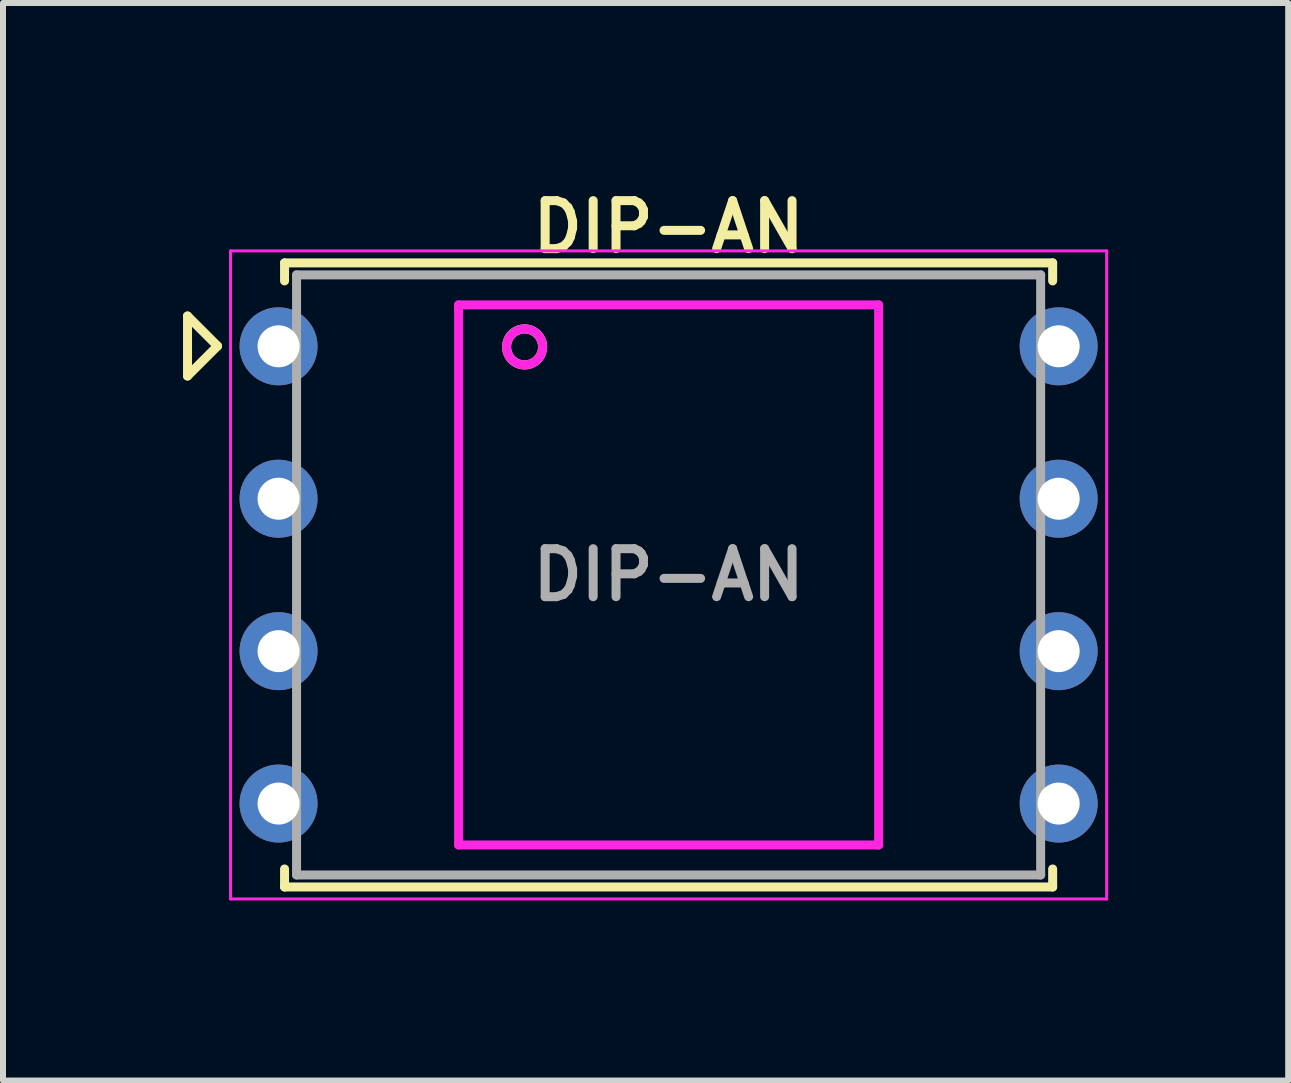
<source format=kicad_pcb>
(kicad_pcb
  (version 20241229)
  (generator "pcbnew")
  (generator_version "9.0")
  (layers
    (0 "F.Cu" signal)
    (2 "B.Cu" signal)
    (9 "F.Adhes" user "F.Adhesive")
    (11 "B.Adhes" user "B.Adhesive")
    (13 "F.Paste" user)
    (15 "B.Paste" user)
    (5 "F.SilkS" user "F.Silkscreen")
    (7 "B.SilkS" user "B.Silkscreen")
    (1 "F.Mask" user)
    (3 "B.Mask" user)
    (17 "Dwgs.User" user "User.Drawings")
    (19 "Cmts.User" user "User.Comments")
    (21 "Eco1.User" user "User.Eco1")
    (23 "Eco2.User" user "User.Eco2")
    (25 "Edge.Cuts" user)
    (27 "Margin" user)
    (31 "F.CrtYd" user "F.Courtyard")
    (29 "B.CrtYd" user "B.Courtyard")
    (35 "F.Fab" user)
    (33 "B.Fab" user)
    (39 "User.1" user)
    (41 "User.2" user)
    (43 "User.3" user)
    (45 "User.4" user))
  (footprint "DIP-AN"
    (layer "F.Cu")
    (at 8.092 6.531)
    (property "Reference" "DIP-AN" (at 0 -5.8 0) (layer "F.SilkS") (effects (font (size 0.8 0.8) (thickness 0.15))))
    (attr through_hole)
    (fp_line (start -8.017 -4.315) (end -7.517 -3.815) (stroke (width 0.15) (type solid)) (layer "F.SilkS"))
    (fp_line (start -8.017 -3.315) (end -8.017 -4.315) (stroke (width 0.15) (type solid)) (layer "F.SilkS"))
    (fp_line (start -7.517 -3.815) (end -8.017 -3.315) (stroke (width 0.15) (type solid)) (layer "F.SilkS"))
    (fp_line (start -6.4 -5.2) (end -6.4 -4.9) (stroke (width 0.15) (type solid)) (layer "F.SilkS"))
    (fp_line (start -6.4 -5.2) (end 6.4 -5.2) (stroke (width 0.15) (type solid)) (layer "F.SilkS"))
    (fp_line (start -6.4 5.2) (end -6.4 4.9) (stroke (width 0.15) (type solid)) (layer "F.SilkS"))
    (fp_line (start 6.4 -5.2) (end 6.4 -4.9) (stroke (width 0.15) (type solid)) (layer "F.SilkS"))
    (fp_line (start 6.4 5.2) (end -6.4 5.2) (stroke (width 0.15) (type solid)) (layer "F.SilkS"))
    (fp_line (start 6.4 5.2) (end 6.4 4.9) (stroke (width 0.15) (type solid)) (layer "F.SilkS"))
    (fp_circle (center -2.4 -3.8) (end -2.1 -3.8) (stroke (width 0.15) (type solid)) (fill no) (layer "F.SilkS"))
    (fp_line (start -7.3 -5.4) (end 7.3 -5.4) (stroke (width 0.05) (type solid)) (layer "F.CrtYd"))
    (fp_line (start -7.3 5.4) (end -7.3 -5.4) (stroke (width 0.05) (type solid)) (layer "F.CrtYd"))
    (fp_line (start -3.5 -4.5) (end -3.5 4.5) (stroke (width 0.15) (type solid)) (layer "F.CrtYd"))
    (fp_line (start -3.5 4.5) (end 3.5 4.5) (stroke (width 0.15) (type solid)) (layer "F.CrtYd"))
    (fp_line (start 3.5 -4.5) (end -3.5 -4.5) (stroke (width 0.15) (type solid)) (layer "F.CrtYd"))
    (fp_line (start 3.5 4.5) (end 3.5 -4.5) (stroke (width 0.15) (type solid)) (layer "F.CrtYd"))
    (fp_line (start 7.3 -5.4) (end 7.3 5.4) (stroke (width 0.05) (type solid)) (layer "F.CrtYd"))
    (fp_line (start 7.3 5.4) (end -7.3 5.4) (stroke (width 0.05) (type solid)) (layer "F.CrtYd"))
    (fp_circle (center -2.4 -3.8) (end -2.1 -3.8) (stroke (width 0.15) (type solid)) (fill no) (layer "F.CrtYd"))
    (fp_line (start -6.2 -5) (end -6.2 5) (stroke (width 0.15) (type solid)) (layer "F.Fab"))
    (fp_line (start -6.2 5) (end 6.2 5) (stroke (width 0.15) (type solid)) (layer "F.Fab"))
    (fp_line (start 6.2 -5) (end -6.2 -5) (stroke (width 0.15) (type solid)) (layer "F.Fab"))
    (fp_line (start 6.2 5) (end 6.2 -5) (stroke (width 0.15) (type solid)) (layer "F.Fab"))
    (fp_text user "${REFERENCE}" (at 0 0 0) (layer "F.Fab") (effects (font (size 0.8 0.8) (thickness 0.15))))
    (pad "1" thru_hole circle (at -6.5 -3.81) (size 1.3 1.3) (drill 0.7) (layers "*.Cu" "*.Mask"))
    (pad "2" thru_hole circle (at -6.5 -1.27) (size 1.3 1.3) (drill 0.7) (layers "*.Cu" "*.Mask"))
    (pad "3" thru_hole circle (at -6.5 1.27) (size 1.3 1.3) (drill 0.7) (layers "*.Cu" "*.Mask"))
    (pad "4" thru_hole circle (at -6.5 3.81) (size 1.3 1.3) (drill 0.7) (layers "*.Cu" "*.Mask"))
    (pad "5" thru_hole circle (at 6.5 3.81) (size 1.3 1.3) (drill 0.7) (layers "*.Cu" "*.Mask"))
    (pad "6" thru_hole circle (at 6.5 1.27) (size 1.3 1.3) (drill 0.7) (layers "*.Cu" "*.Mask"))
    (pad "7" thru_hole circle (at 6.5 -1.27) (size 1.3 1.3) (drill 0.7) (layers "*.Cu" "*.Mask"))
    (pad "8" thru_hole circle (at 6.5 -3.81) (size 1.3 1.3) (drill 0.7) (layers "*.Cu" "*.Mask")))
  (gr_rect
    (start -3 -3)
    (end 18.417 14.956)
    (stroke (width 0.1) (type default))
    (fill no)
    (layer "Edge.Cuts")))
</source>
